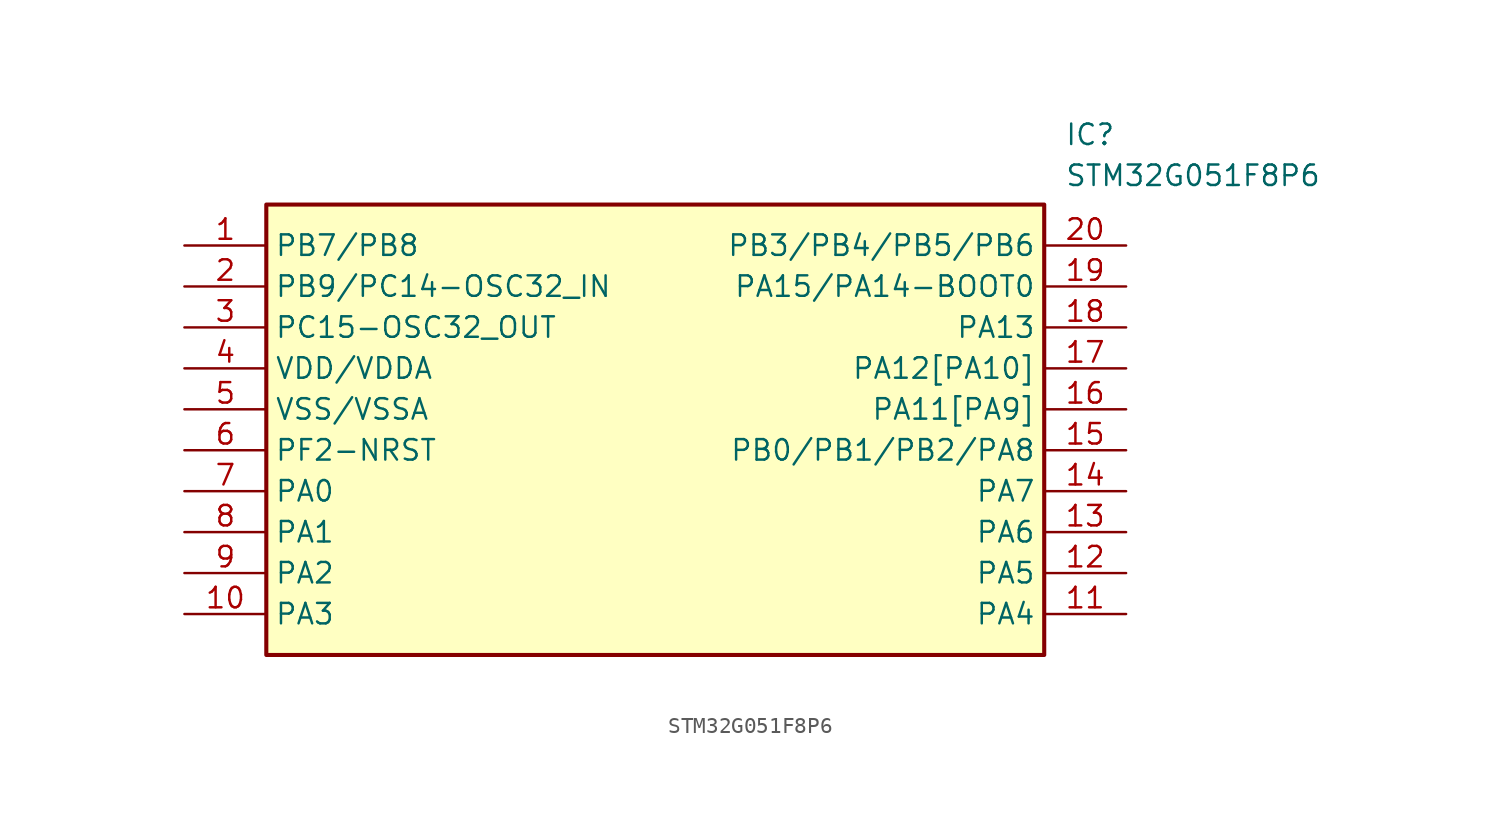
<source format=kicad_sym>
(kicad_symbol_lib
  (version 20211014)
  (generator SamacSys_ECAD_Model)
  (symbol "STM32G051F8P6"
    (property "Reference" "IC"
      (at 54.61 7.62 0)
      (effects (font (size 1.27 1.27)) (justify left top)))
    (property "Value" "STM32G051F8P6"
      (at 54.61 5.08 0)
      (effects (font (size 1.27 1.27)) (justify left top)))
    (rectangle
      (start 5.08 2.54)
      (end 53.34 -25.4)
      (stroke (width 0.254) (type default))
      (fill (type background)))
    (pin passive line
      (at 0 0 0)
      (length 5.08)
      (name "PB7/PB8" (effects (font (size 1.27 1.27))))
      (number "1" (effects (font (size 1.27 1.27)))))
    (pin passive line
      (at 0 -2.54 0)
      (length 5.08)
      (name "PB9/PC14-OSC32_IN" (effects (font (size 1.27 1.27))))
      (number "2" (effects (font (size 1.27 1.27)))))
    (pin passive line
      (at 0 -5.08 0)
      (length 5.08)
      (name "PC15-OSC32_OUT" (effects (font (size 1.27 1.27))))
      (number "3" (effects (font (size 1.27 1.27)))))
    (pin passive line
      (at 0 -7.62 0)
      (length 5.08)
      (name "VDD/VDDA" (effects (font (size 1.27 1.27))))
      (number "4" (effects (font (size 1.27 1.27)))))
    (pin passive line
      (at 0 -10.16 0)
      (length 5.08)
      (name "VSS/VSSA" (effects (font (size 1.27 1.27))))
      (number "5" (effects (font (size 1.27 1.27)))))
    (pin passive line
      (at 0 -12.7 0)
      (length 5.08)
      (name "PF2-NRST" (effects (font (size 1.27 1.27))))
      (number "6" (effects (font (size 1.27 1.27)))))
    (pin passive line
      (at 0 -15.24 0)
      (length 5.08)
      (name "PA0" (effects (font (size 1.27 1.27))))
      (number "7" (effects (font (size 1.27 1.27)))))
    (pin passive line
      (at 0 -17.78 0)
      (length 5.08)
      (name "PA1" (effects (font (size 1.27 1.27))))
      (number "8" (effects (font (size 1.27 1.27)))))
    (pin passive line
      (at 0 -20.32 0)
      (length 5.08)
      (name "PA2" (effects (font (size 1.27 1.27))))
      (number "9" (effects (font (size 1.27 1.27)))))
    (pin passive line
      (at 0 -22.86 0)
      (length 5.08)
      (name "PA3" (effects (font (size 1.27 1.27))))
      (number "10" (effects (font (size 1.27 1.27)))))
    (pin passive line
      (at 58.42 0 180)
      (length 5.08)
      (name "PB3/PB4/PB5/PB6" (effects (font (size 1.27 1.27))))
      (number "20" (effects (font (size 1.27 1.27)))))
    (pin passive line
      (at 58.42 -2.54 180)
      (length 5.08)
      (name "PA15/PA14-BOOT0" (effects (font (size 1.27 1.27))))
      (number "19" (effects (font (size 1.27 1.27)))))
    (pin passive line
      (at 58.42 -5.08 180)
      (length 5.08)
      (name "PA13" (effects (font (size 1.27 1.27))))
      (number "18" (effects (font (size 1.27 1.27)))))
    (pin passive line
      (at 58.42 -7.62 180)
      (length 5.08)
      (name "PA12[PA10]" (effects (font (size 1.27 1.27))))
      (number "17" (effects (font (size 1.27 1.27)))))
    (pin passive line
      (at 58.42 -10.16 180)
      (length 5.08)
      (name "PA11[PA9]" (effects (font (size 1.27 1.27))))
      (number "16" (effects (font (size 1.27 1.27)))))
    (pin passive line
      (at 58.42 -12.7 180)
      (length 5.08)
      (name "PB0/PB1/PB2/PA8" (effects (font (size 1.27 1.27))))
      (number "15" (effects (font (size 1.27 1.27)))))
    (pin passive line
      (at 58.42 -15.24 180)
      (length 5.08)
      (name "PA7" (effects (font (size 1.27 1.27))))
      (number "14" (effects (font (size 1.27 1.27)))))
    (pin passive line
      (at 58.42 -17.78 180)
      (length 5.08)
      (name "PA6" (effects (font (size 1.27 1.27))))
      (number "13" (effects (font (size 1.27 1.27)))))
    (pin passive line
      (at 58.42 -20.32 180)
      (length 5.08)
      (name "PA5" (effects (font (size 1.27 1.27))))
      (number "12" (effects (font (size 1.27 1.27)))))
    (pin passive line
      (at 58.42 -22.86 180)
      (length 5.08)
      (name "PA4" (effects (font (size 1.27 1.27))))
      (number "11" (effects (font (size 1.27 1.27)))))))
</source>
